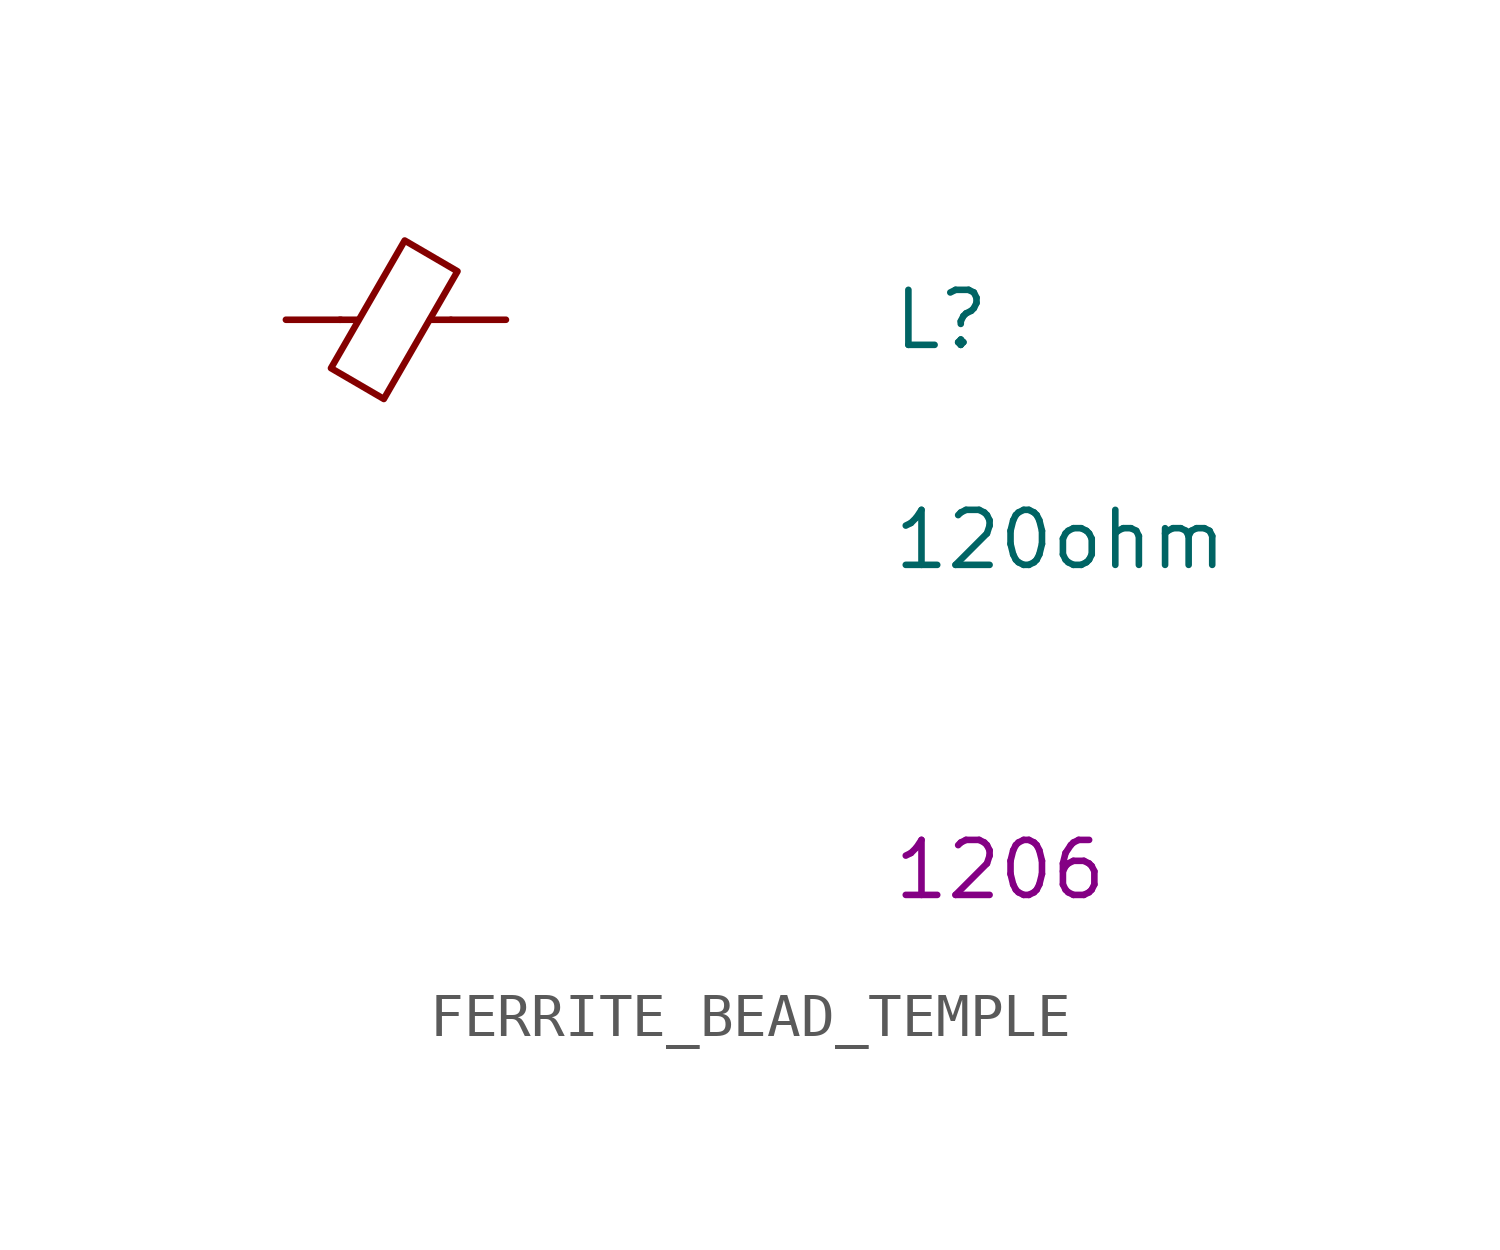
<source format=kicad_sym>
(kicad_symbol_lib
  (version 20220914)
  (generator kicad_symbol_editor)
  (symbol "FERRITE_BEAD_TEMPLE"
    (pin_numbers hide)
    (pin_names
      (offset 0.254) hide)
    (property "Reference" "L"
      (at 11.43 0 0)
      (effects (font (size 1.27 1.27)) (justify left)))
    (property "Value" "FERRITE_BEAD_TEMPLE"
      (at 11.43 -2.54 0)
      (effects (font (size 1.27 1.27)) (justify left)))
    (property "value" "120ohm"
      (at 11.43 -5.08 0)
      (effects (font (size 1.27 1.27)) (justify left)))
    (property "Chip Set" "1206"
      (at 11.43 -12.7 0)
      (effects (font (size 1.27 1.27)) (justify left)))
    (symbol "FERRITE_BEAD_TEMPLE_1_1"
      (polyline (pts (xy -0.889 0) (xy -1.295 0)) (stroke (width 0) (type solid)) (fill (type none)))
      (polyline (pts (xy 1.27 0) (xy 0.787 0)) (stroke (width 0) (type solid)) (fill (type none)))
      (polyline (pts (xy -0.279 -1.829) (xy -1.499 -1.118) (xy 0.203 1.829) (xy 1.422 1.118) (xy -0.279 -1.829)) (stroke (width 0) (type solid)) (fill (type none)))
      (pin passive line (at -2.54 0 0) (length 1.27) (name "~" (effects (font (size 1.27 1.27)))) (number "1" (effects (font (size 1.27 1.27)))))
      (pin passive line (at 2.54 0 180) (length 1.27) (name "~" (effects (font (size 1.27 1.27)))) (number "2" (effects (font (size 1.27 1.27))))))))
</source>
